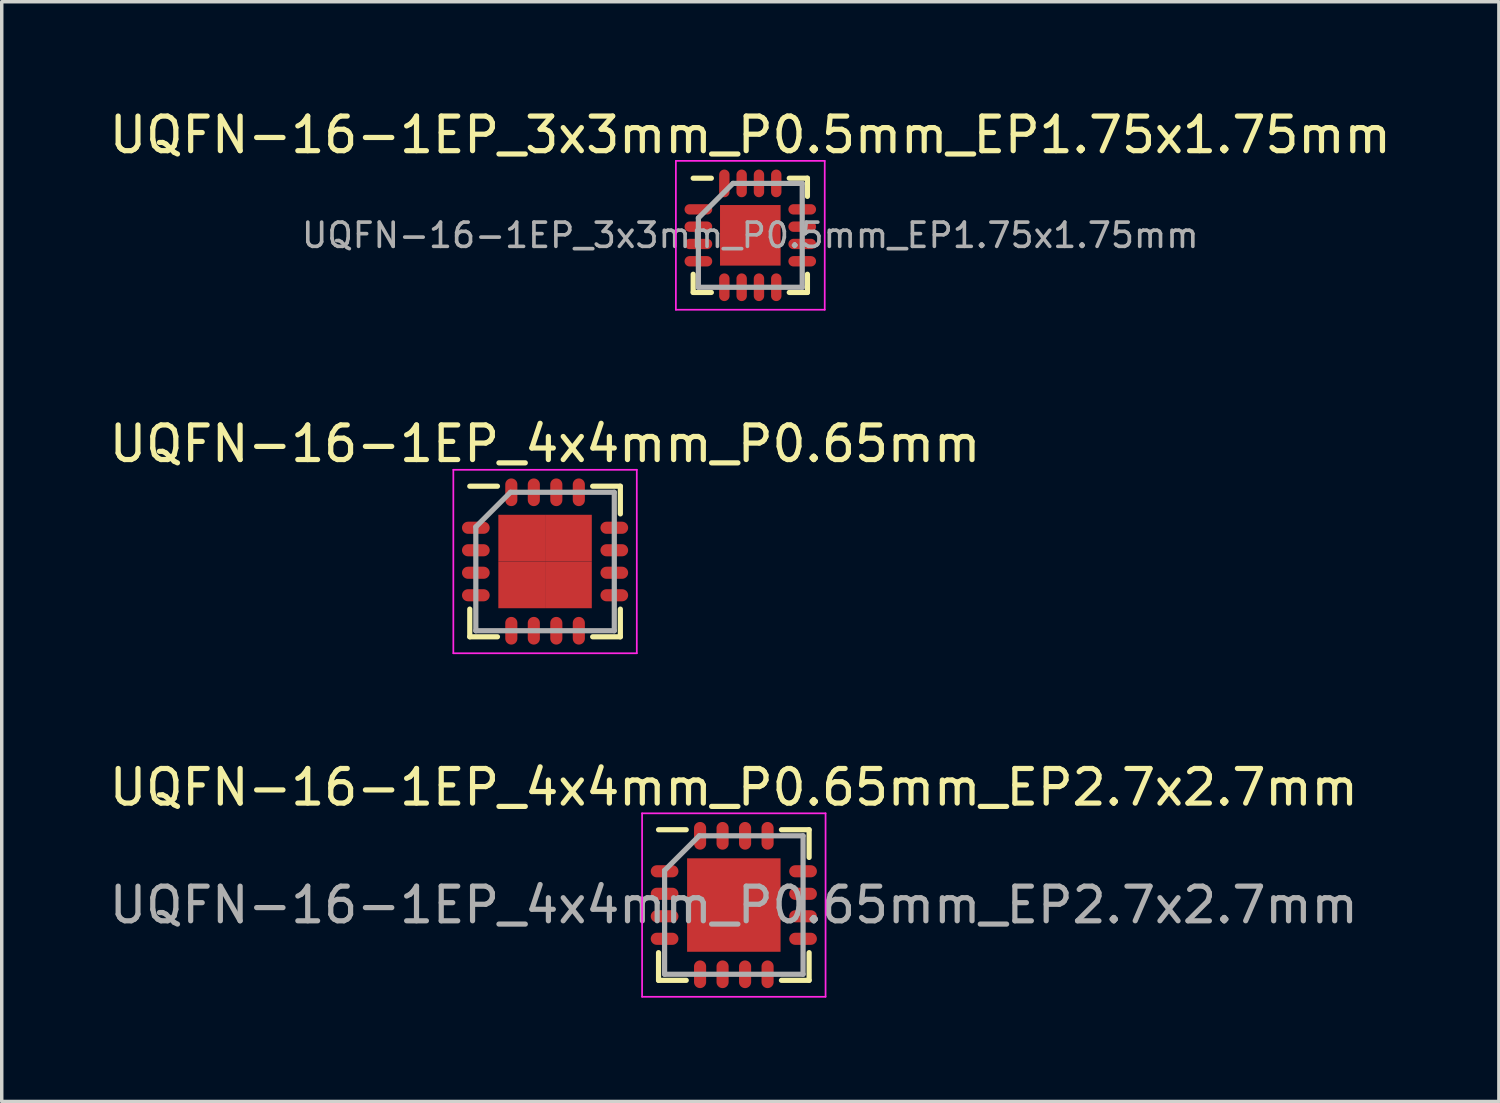
<source format=kicad_pcb>
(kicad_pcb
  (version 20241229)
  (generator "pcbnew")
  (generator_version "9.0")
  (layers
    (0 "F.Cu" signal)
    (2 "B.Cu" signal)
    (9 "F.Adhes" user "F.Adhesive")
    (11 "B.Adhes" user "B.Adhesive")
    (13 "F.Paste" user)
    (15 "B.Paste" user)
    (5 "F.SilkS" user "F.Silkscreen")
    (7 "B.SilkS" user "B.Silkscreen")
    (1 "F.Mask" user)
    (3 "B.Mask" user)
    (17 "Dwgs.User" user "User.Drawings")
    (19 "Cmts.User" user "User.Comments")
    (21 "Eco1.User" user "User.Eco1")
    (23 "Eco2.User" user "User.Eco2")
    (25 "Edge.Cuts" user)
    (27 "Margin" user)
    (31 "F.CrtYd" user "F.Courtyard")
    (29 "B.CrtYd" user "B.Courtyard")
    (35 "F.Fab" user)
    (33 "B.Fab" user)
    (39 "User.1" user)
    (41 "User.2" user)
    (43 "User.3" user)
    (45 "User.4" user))
  (footprint "UQFN-16-1EP_4x4mm_P0.65mm"
    (layer "F.Cu")
    (at 12.696 13.171)
    (property "Reference" "UQFN-16-1EP_4x4mm_P0.65mm" (at 0 -3.4 0) (layer "F.SilkS") (effects (font (size 1 1) (thickness 0.15))))
    (attr smd)
    (fp_line (start -2.175 -2.175) (end -1.375 -2.175) (stroke (width 0.15) (type solid)) (layer "F.SilkS"))
    (fp_line (start -2.175 2.175) (end -2.175 1.375) (stroke (width 0.15) (type solid)) (layer "F.SilkS"))
    (fp_line (start -2.175 2.175) (end -1.375 2.175) (stroke (width 0.15) (type solid)) (layer "F.SilkS"))
    (fp_line (start 2.175 -2.175) (end 1.375 -2.175) (stroke (width 0.15) (type solid)) (layer "F.SilkS"))
    (fp_line (start 2.175 -2.175) (end 2.175 -1.375) (stroke (width 0.15) (type solid)) (layer "F.SilkS"))
    (fp_line (start 2.175 2.175) (end 1.375 2.175) (stroke (width 0.15) (type solid)) (layer "F.SilkS"))
    (fp_line (start 2.175 2.175) (end 2.175 1.375) (stroke (width 0.15) (type solid)) (layer "F.SilkS"))
    (fp_line (start -2.65 -2.65) (end -2.65 2.65) (stroke (width 0.05) (type solid)) (layer "F.CrtYd"))
    (fp_line (start -2.65 -2.65) (end 2.65 -2.65) (stroke (width 0.05) (type solid)) (layer "F.CrtYd"))
    (fp_line (start -2.65 2.65) (end 2.65 2.65) (stroke (width 0.05) (type solid)) (layer "F.CrtYd"))
    (fp_line (start 2.65 -2.65) (end 2.65 2.65) (stroke (width 0.05) (type solid)) (layer "F.CrtYd"))
    (fp_line (start -2 -1) (end -1 -2) (stroke (width 0.15) (type solid)) (layer "F.Fab"))
    (fp_line (start -2 2) (end -2 -1) (stroke (width 0.15) (type solid)) (layer "F.Fab"))
    (fp_line (start -1 -2) (end 2 -2) (stroke (width 0.15) (type solid)) (layer "F.Fab"))
    (fp_line (start 2 -2) (end 2 2) (stroke (width 0.15) (type solid)) (layer "F.Fab"))
    (fp_line (start 2 2) (end -2 2) (stroke (width 0.15) (type solid)) (layer "F.Fab"))
    (pad "1" smd oval (at -2 -0.975) (size 0.8 0.35) (layers "F.Cu" "F.Mask" "F.Paste"))
    (pad "2" smd oval (at -2 -0.325) (size 0.8 0.35) (layers "F.Cu" "F.Mask" "F.Paste"))
    (pad "3" smd oval (at -2 0.325) (size 0.8 0.35) (layers "F.Cu" "F.Mask" "F.Paste"))
    (pad "4" smd oval (at -2 0.975) (size 0.8 0.35) (layers "F.Cu" "F.Mask" "F.Paste"))
    (pad "5" smd oval (at -0.975 2 90) (size 0.8 0.35) (layers "F.Cu" "F.Mask" "F.Paste"))
    (pad "6" smd oval (at -0.325 2 90) (size 0.8 0.35) (layers "F.Cu" "F.Mask" "F.Paste"))
    (pad "7" smd oval (at 0.325 2 90) (size 0.8 0.35) (layers "F.Cu" "F.Mask" "F.Paste"))
    (pad "8" smd oval (at 0.975 2 90) (size 0.8 0.35) (layers "F.Cu" "F.Mask" "F.Paste"))
    (pad "9" smd oval (at 2 0.975) (size 0.8 0.35) (layers "F.Cu" "F.Mask" "F.Paste"))
    (pad "10" smd oval (at 2 0.325) (size 0.8 0.35) (layers "F.Cu" "F.Mask" "F.Paste"))
    (pad "11" smd oval (at 2 -0.325) (size 0.8 0.35) (layers "F.Cu" "F.Mask" "F.Paste"))
    (pad "12" smd oval (at 2 -0.975) (size 0.8 0.35) (layers "F.Cu" "F.Mask" "F.Paste"))
    (pad "13" smd oval (at 0.975 -2 90) (size 0.8 0.35) (layers "F.Cu" "F.Mask" "F.Paste"))
    (pad "14" smd oval (at 0.325 -2 90) (size 0.8 0.35) (layers "F.Cu" "F.Mask" "F.Paste"))
    (pad "15" smd oval (at -0.325 -2 90) (size 0.8 0.35) (layers "F.Cu" "F.Mask" "F.Paste"))
    (pad "16" smd oval (at -0.975 -2 90) (size 0.8 0.35) (layers "F.Cu" "F.Mask" "F.Paste"))
    (pad "17" smd rect (at -0.675 -0.675) (size 1.35 1.35) (layers "F.Cu" "F.Mask" "F.Paste"))
    (pad "17" smd rect (at -0.675 0.675) (size 1.35 1.35) (layers "F.Cu" "F.Mask" "F.Paste"))
    (pad "17" smd rect (at 0.675 -0.675) (size 1.35 1.35) (layers "F.Cu" "F.Mask" "F.Paste"))
    (pad "17" smd rect (at 0.675 0.675) (size 1.35 1.35) (layers "F.Cu" "F.Mask" "F.Paste")))
  (footprint "UQFN-16-1EP_3x3mm_P0.5mm_EP1.75x1.75mm"
    (layer "F.Cu")
    (at 18.625 3.748)
    (property "Reference" "UQFN-16-1EP_3x3mm_P0.5mm_EP1.75x1.75mm" (at 0 -2.9 0) (layer "F.SilkS") (effects (font (size 1 1) (thickness 0.15))))
    (attr smd)
    (fp_line (start -1.65 -1.65) (end -1.125 -1.65) (stroke (width 0.15) (type solid)) (layer "F.SilkS"))
    (fp_line (start -1.65 1.65) (end -1.65 1.125) (stroke (width 0.15) (type solid)) (layer "F.SilkS"))
    (fp_line (start -1.65 1.65) (end -1.125 1.65) (stroke (width 0.15) (type solid)) (layer "F.SilkS"))
    (fp_line (start 1.65 -1.65) (end 1.125 -1.65) (stroke (width 0.15) (type solid)) (layer "F.SilkS"))
    (fp_line (start 1.65 -1.65) (end 1.65 -1.125) (stroke (width 0.15) (type solid)) (layer "F.SilkS"))
    (fp_line (start 1.65 1.65) (end 1.125 1.65) (stroke (width 0.15) (type solid)) (layer "F.SilkS"))
    (fp_line (start 1.65 1.65) (end 1.65 1.125) (stroke (width 0.15) (type solid)) (layer "F.SilkS"))
    (fp_line (start -2.15 -2.15) (end -2.15 2.15) (stroke (width 0.05) (type solid)) (layer "F.CrtYd"))
    (fp_line (start -2.15 -2.15) (end 2.15 -2.15) (stroke (width 0.05) (type solid)) (layer "F.CrtYd"))
    (fp_line (start -2.15 2.15) (end 2.15 2.15) (stroke (width 0.05) (type solid)) (layer "F.CrtYd"))
    (fp_line (start 2.15 -2.15) (end 2.15 2.15) (stroke (width 0.05) (type solid)) (layer "F.CrtYd"))
    (fp_line (start -1.5 -0.5) (end -0.5 -1.5) (stroke (width 0.15) (type solid)) (layer "F.Fab"))
    (fp_line (start -1.5 1.5) (end -1.5 -0.5) (stroke (width 0.15) (type solid)) (layer "F.Fab"))
    (fp_line (start -0.5 -1.5) (end 1.5 -1.5) (stroke (width 0.15) (type solid)) (layer "F.Fab"))
    (fp_line (start 1.5 -1.5) (end 1.5 1.5) (stroke (width 0.15) (type solid)) (layer "F.Fab"))
    (fp_line (start 1.5 1.5) (end -1.5 1.5) (stroke (width 0.15) (type solid)) (layer "F.Fab"))
    (fp_text user "${REFERENCE}" (at 0 0 0) (layer "F.Fab") (effects (font (size 0.7 0.7) (thickness 0.105))))
    (pad "" smd rect (at -0.438 -0.438) (size 0.7 0.7) (layers "F.Paste"))
    (pad "" smd rect (at -0.438 0.438) (size 0.7 0.7) (layers "F.Paste"))
    (pad "" smd rect (at 0.438 -0.438) (size 0.7 0.7) (layers "F.Paste"))
    (pad "" smd rect (at 0.438 0.438) (size 0.7 0.7) (layers "F.Paste"))
    (pad "1" smd oval (at -1.5 -0.75) (size 0.8 0.3) (layers "F.Cu" "F.Mask" "F.Paste"))
    (pad "2" smd oval (at -1.5 -0.25) (size 0.8 0.3) (layers "F.Cu" "F.Mask" "F.Paste"))
    (pad "3" smd oval (at -1.5 0.25) (size 0.8 0.3) (layers "F.Cu" "F.Mask" "F.Paste"))
    (pad "4" smd oval (at -1.5 0.75) (size 0.8 0.3) (layers "F.Cu" "F.Mask" "F.Paste"))
    (pad "5" smd oval (at -0.75 1.5 90) (size 0.8 0.3) (layers "F.Cu" "F.Mask" "F.Paste"))
    (pad "6" smd oval (at -0.25 1.5 90) (size 0.8 0.3) (layers "F.Cu" "F.Mask" "F.Paste"))
    (pad "7" smd oval (at 0.25 1.5 90) (size 0.8 0.3) (layers "F.Cu" "F.Mask" "F.Paste"))
    (pad "8" smd oval (at 0.75 1.5 90) (size 0.8 0.3) (layers "F.Cu" "F.Mask" "F.Paste"))
    (pad "9" smd oval (at 1.5 0.75) (size 0.8 0.3) (layers "F.Cu" "F.Mask" "F.Paste"))
    (pad "10" smd oval (at 1.5 0.25) (size 0.8 0.3) (layers "F.Cu" "F.Mask" "F.Paste"))
    (pad "11" smd oval (at 1.5 -0.25) (size 0.8 0.3) (layers "F.Cu" "F.Mask" "F.Paste"))
    (pad "12" smd oval (at 1.5 -0.75) (size 0.8 0.3) (layers "F.Cu" "F.Mask" "F.Paste"))
    (pad "13" smd oval (at 0.75 -1.5 90) (size 0.8 0.3) (layers "F.Cu" "F.Mask" "F.Paste"))
    (pad "14" smd oval (at 0.25 -1.5 90) (size 0.8 0.3) (layers "F.Cu" "F.Mask" "F.Paste"))
    (pad "15" smd oval (at -0.25 -1.5 90) (size 0.8 0.3) (layers "F.Cu" "F.Mask" "F.Paste"))
    (pad "16" smd oval (at -0.75 -1.5 90) (size 0.8 0.3) (layers "F.Cu" "F.Mask" "F.Paste"))
    (pad "17" smd rect (at 0 0) (size 1.75 1.75) (layers "F.Cu" "F.Mask")))
  (footprint "UQFN-16-1EP_4x4mm_P0.65mm_EP2.7x2.7mm"
    (layer "F.Cu")
    (at 18.149 23.095)
    (property "Reference" "UQFN-16-1EP_4x4mm_P0.65mm_EP2.7x2.7mm" (at 0 -3.4 0) (layer "F.SilkS") (effects (font (size 1 1) (thickness 0.15))))
    (attr smd)
    (fp_line (start -2.175 -2.175) (end -1.375 -2.175) (stroke (width 0.15) (type solid)) (layer "F.SilkS"))
    (fp_line (start -2.175 2.175) (end -2.175 1.375) (stroke (width 0.15) (type solid)) (layer "F.SilkS"))
    (fp_line (start -2.175 2.175) (end -1.375 2.175) (stroke (width 0.15) (type solid)) (layer "F.SilkS"))
    (fp_line (start 2.175 -2.175) (end 1.375 -2.175) (stroke (width 0.15) (type solid)) (layer "F.SilkS"))
    (fp_line (start 2.175 -2.175) (end 2.175 -1.375) (stroke (width 0.15) (type solid)) (layer "F.SilkS"))
    (fp_line (start 2.175 2.175) (end 1.375 2.175) (stroke (width 0.15) (type solid)) (layer "F.SilkS"))
    (fp_line (start 2.175 2.175) (end 2.175 1.375) (stroke (width 0.15) (type solid)) (layer "F.SilkS"))
    (fp_line (start -2.65 -2.65) (end -2.65 2.65) (stroke (width 0.05) (type solid)) (layer "F.CrtYd"))
    (fp_line (start -2.65 -2.65) (end 2.65 -2.65) (stroke (width 0.05) (type solid)) (layer "F.CrtYd"))
    (fp_line (start -2.65 2.65) (end 2.65 2.65) (stroke (width 0.05) (type solid)) (layer "F.CrtYd"))
    (fp_line (start 2.65 -2.65) (end 2.65 2.65) (stroke (width 0.05) (type solid)) (layer "F.CrtYd"))
    (fp_line (start -2 -1) (end -1 -2) (stroke (width 0.15) (type solid)) (layer "F.Fab"))
    (fp_line (start -2 2) (end -2 -1) (stroke (width 0.15) (type solid)) (layer "F.Fab"))
    (fp_line (start -1 -2) (end 2 -2) (stroke (width 0.15) (type solid)) (layer "F.Fab"))
    (fp_line (start 2 -2) (end 2 2) (stroke (width 0.15) (type solid)) (layer "F.Fab"))
    (fp_line (start 2 2) (end -2 2) (stroke (width 0.15) (type solid)) (layer "F.Fab"))
    (fp_text user "${REFERENCE}" (at 0 0 0) (layer "F.Fab") (effects (font (size 1 1) (thickness 0.15))))
    (pad "" smd rect (at -0.675 -0.675) (size 1.09 1.09) (layers "F.Paste"))
    (pad "" smd rect (at -0.675 0.675) (size 1.09 1.09) (layers "F.Paste"))
    (pad "" smd rect (at 0.675 -0.675) (size 1.09 1.09) (layers "F.Paste"))
    (pad "" smd rect (at 0.675 0.675) (size 1.09 1.09) (layers "F.Paste"))
    (pad "1" smd oval (at -2 -0.975) (size 0.8 0.35) (layers "F.Cu" "F.Mask" "F.Paste"))
    (pad "2" smd oval (at -2 -0.325) (size 0.8 0.35) (layers "F.Cu" "F.Mask" "F.Paste"))
    (pad "3" smd oval (at -2 0.325) (size 0.8 0.35) (layers "F.Cu" "F.Mask" "F.Paste"))
    (pad "4" smd oval (at -2 0.975) (size 0.8 0.35) (layers "F.Cu" "F.Mask" "F.Paste"))
    (pad "5" smd oval (at -0.975 2 90) (size 0.8 0.35) (layers "F.Cu" "F.Mask" "F.Paste"))
    (pad "6" smd oval (at -0.325 2 90) (size 0.8 0.35) (layers "F.Cu" "F.Mask" "F.Paste"))
    (pad "7" smd oval (at 0.325 2 90) (size 0.8 0.35) (layers "F.Cu" "F.Mask" "F.Paste"))
    (pad "8" smd oval (at 0.975 2 90) (size 0.8 0.35) (layers "F.Cu" "F.Mask" "F.Paste"))
    (pad "9" smd oval (at 2 0.975) (size 0.8 0.35) (layers "F.Cu" "F.Mask" "F.Paste"))
    (pad "10" smd oval (at 2 0.325) (size 0.8 0.35) (layers "F.Cu" "F.Mask" "F.Paste"))
    (pad "11" smd oval (at 2 -0.325) (size 0.8 0.35) (layers "F.Cu" "F.Mask" "F.Paste"))
    (pad "12" smd oval (at 2 -0.975) (size 0.8 0.35) (layers "F.Cu" "F.Mask" "F.Paste"))
    (pad "13" smd oval (at 0.975 -2 90) (size 0.8 0.35) (layers "F.Cu" "F.Mask" "F.Paste"))
    (pad "14" smd oval (at 0.325 -2 90) (size 0.8 0.35) (layers "F.Cu" "F.Mask" "F.Paste"))
    (pad "15" smd oval (at -0.325 -2 90) (size 0.8 0.35) (layers "F.Cu" "F.Mask" "F.Paste"))
    (pad "16" smd oval (at -0.975 -2 90) (size 0.8 0.35) (layers "F.Cu" "F.Mask" "F.Paste"))
    (pad "17" smd rect (at 0 0) (size 2.7 2.7) (layers "F.Cu" "F.Mask")))
  (gr_rect
    (start -3 -3)
    (end 40.25 28.77)
    (stroke (width 0.1) (type default))
    (fill no)
    (layer "Edge.Cuts")))
</source>
